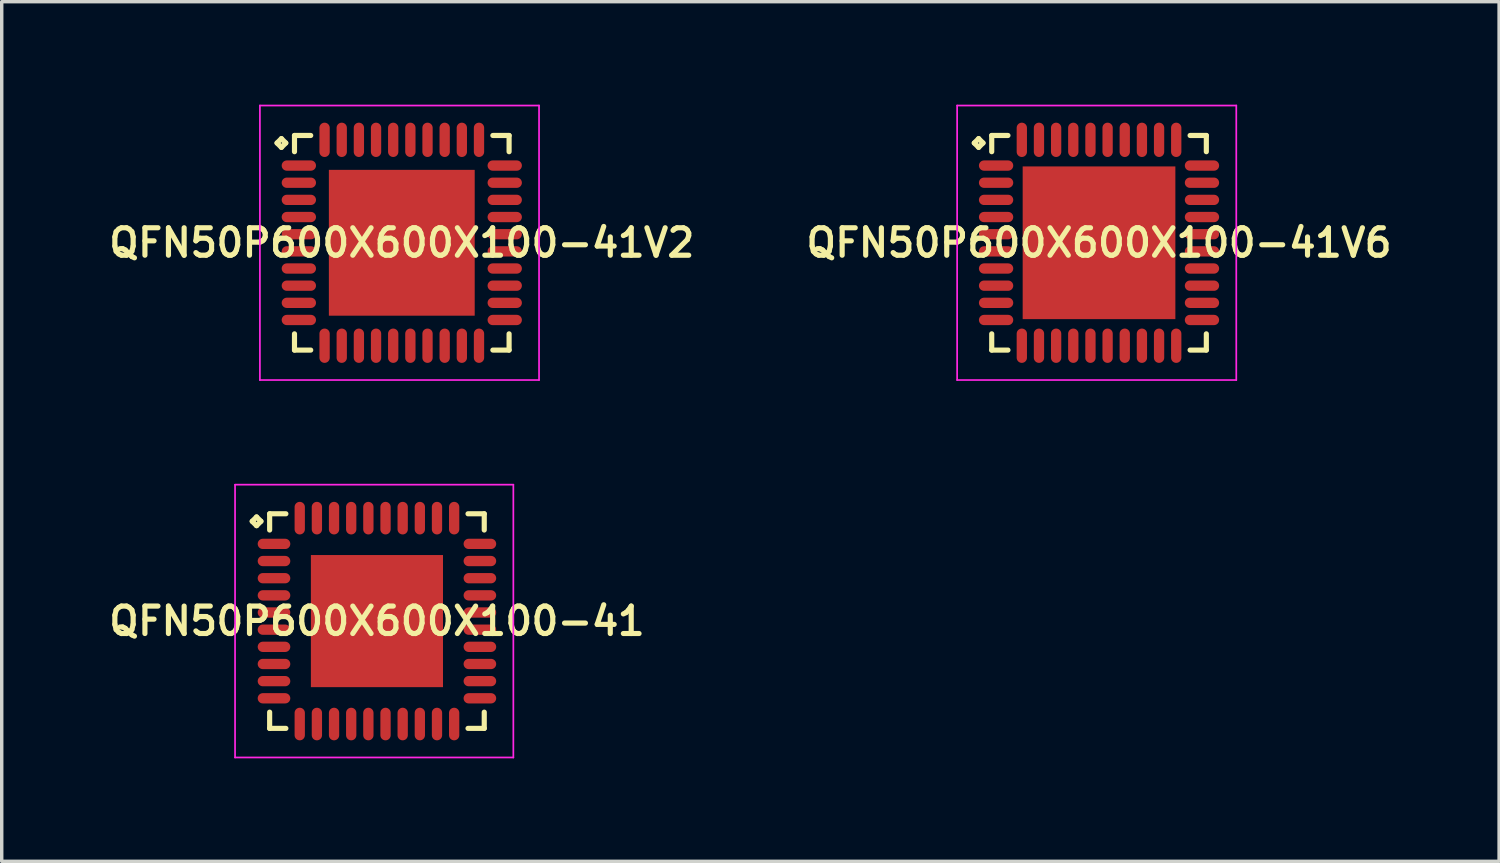
<source format=kicad_pcb>
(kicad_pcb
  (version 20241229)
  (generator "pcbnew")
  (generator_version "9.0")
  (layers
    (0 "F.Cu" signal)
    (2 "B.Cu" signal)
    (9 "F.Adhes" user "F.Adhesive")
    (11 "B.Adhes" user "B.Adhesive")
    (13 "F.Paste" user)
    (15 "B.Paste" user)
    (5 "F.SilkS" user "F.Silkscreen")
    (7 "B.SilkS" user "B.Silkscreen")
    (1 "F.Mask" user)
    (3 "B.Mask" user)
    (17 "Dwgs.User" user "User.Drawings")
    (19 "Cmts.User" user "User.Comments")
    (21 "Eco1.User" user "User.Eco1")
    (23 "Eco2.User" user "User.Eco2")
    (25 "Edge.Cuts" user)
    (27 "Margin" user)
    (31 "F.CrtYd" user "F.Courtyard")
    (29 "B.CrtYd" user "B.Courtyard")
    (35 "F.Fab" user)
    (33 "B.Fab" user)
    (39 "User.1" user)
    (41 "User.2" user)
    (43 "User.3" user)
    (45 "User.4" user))
  (footprint "QFN50P600X600X100-41V2"
    (layer "F.Cu")
    (at 8.659 4.025)
    (property "Reference" "QFN50P600X600X100-41V2" (at 0 0 0) (layer "F.SilkS") (effects (font (size 0.8 0.8) (thickness 0.15))))
    (attr smd)
    (fp_line (start -3.635 -2.908) (end -3.508 -3.035) (stroke (width 0.15) (type solid)) (layer "F.SilkS"))
    (fp_line (start -3.508 -3.035) (end -3.381 -2.908) (stroke (width 0.15) (type solid)) (layer "F.SilkS"))
    (fp_line (start -3.508 -2.781) (end -3.635 -2.908) (stroke (width 0.15) (type solid)) (layer "F.SilkS"))
    (fp_line (start -3.381 -2.908) (end -3.508 -2.781) (stroke (width 0.15) (type solid)) (layer "F.SilkS"))
    (fp_line (start -3.127 -3.127) (end -2.654 -3.127) (stroke (width 0.15) (type solid)) (layer "F.SilkS"))
    (fp_line (start -3.127 -2.654) (end -3.127 -3.127) (stroke (width 0.15) (type solid)) (layer "F.SilkS"))
    (fp_line (start -3.127 2.654) (end -3.127 3.127) (stroke (width 0.15) (type solid)) (layer "F.SilkS"))
    (fp_line (start -3.127 3.127) (end -2.654 3.127) (stroke (width 0.15) (type solid)) (layer "F.SilkS"))
    (fp_line (start 2.654 -3.127) (end 3.127 -3.127) (stroke (width 0.15) (type solid)) (layer "F.SilkS"))
    (fp_line (start 2.654 3.127) (end 3.127 3.127) (stroke (width 0.15) (type solid)) (layer "F.SilkS"))
    (fp_line (start 3.127 -3.127) (end 3.127 -2.654) (stroke (width 0.15) (type solid)) (layer "F.SilkS"))
    (fp_line (start 3.127 3.127) (end 3.127 2.654) (stroke (width 0.15) (type solid)) (layer "F.SilkS"))
    (fp_line (start -4.135 -4) (end 4 -4) (stroke (width 0.05) (type solid)) (layer "F.CrtYd"))
    (fp_line (start -4.135 4) (end -4.135 -4) (stroke (width 0.05) (type solid)) (layer "F.CrtYd"))
    (fp_line (start 4 -4) (end 4 4) (stroke (width 0.05) (type solid)) (layer "F.CrtYd"))
    (fp_line (start 4 4) (end -4.135 4) (stroke (width 0.05) (type solid)) (layer "F.CrtYd"))
    (pad "1" smd oval (at -3 -2.25) (size 1 0.3) (layers "F.Cu" "F.Mask" "F.Paste"))
    (pad "2" smd oval (at -3 -1.75) (size 1 0.3) (layers "F.Cu" "F.Mask" "F.Paste"))
    (pad "3" smd oval (at -3 -1.25) (size 1 0.3) (layers "F.Cu" "F.Mask" "F.Paste"))
    (pad "4" smd oval (at -3 -0.75) (size 1 0.3) (layers "F.Cu" "F.Mask" "F.Paste"))
    (pad "5" smd oval (at -3 -0.25) (size 1 0.3) (layers "F.Cu" "F.Mask" "F.Paste"))
    (pad "6" smd oval (at -3 0.25) (size 1 0.3) (layers "F.Cu" "F.Mask" "F.Paste"))
    (pad "7" smd oval (at -3 0.75) (size 1 0.3) (layers "F.Cu" "F.Mask" "F.Paste"))
    (pad "8" smd oval (at -3 1.25) (size 1 0.3) (layers "F.Cu" "F.Mask" "F.Paste"))
    (pad "9" smd oval (at -3 1.75) (size 1 0.3) (layers "F.Cu" "F.Mask" "F.Paste"))
    (pad "10" smd oval (at -3 2.25) (size 1 0.3) (layers "F.Cu" "F.Mask" "F.Paste"))
    (pad "11" smd oval (at -2.25 3) (size 0.3 1) (layers "F.Cu" "F.Mask" "F.Paste"))
    (pad "12" smd oval (at -1.75 3) (size 0.3 1) (layers "F.Cu" "F.Mask" "F.Paste"))
    (pad "13" smd oval (at -1.25 3) (size 0.3 1) (layers "F.Cu" "F.Mask" "F.Paste"))
    (pad "14" smd oval (at -0.75 3) (size 0.3 1) (layers "F.Cu" "F.Mask" "F.Paste"))
    (pad "15" smd oval (at -0.25 3) (size 0.3 1) (layers "F.Cu" "F.Mask" "F.Paste"))
    (pad "16" smd oval (at 0.25 3) (size 0.3 1) (layers "F.Cu" "F.Mask" "F.Paste"))
    (pad "17" smd oval (at 0.75 3) (size 0.3 1) (layers "F.Cu" "F.Mask" "F.Paste"))
    (pad "18" smd oval (at 1.25 3) (size 0.3 1) (layers "F.Cu" "F.Mask" "F.Paste"))
    (pad "19" smd oval (at 1.75 3) (size 0.3 1) (layers "F.Cu" "F.Mask" "F.Paste"))
    (pad "20" smd oval (at 2.25 3) (size 0.3 1) (layers "F.Cu" "F.Mask" "F.Paste"))
    (pad "21" smd oval (at 3 2.25) (size 1 0.3) (layers "F.Cu" "F.Mask" "F.Paste"))
    (pad "22" smd oval (at 3 1.75) (size 1 0.3) (layers "F.Cu" "F.Mask" "F.Paste"))
    (pad "23" smd oval (at 3 1.25) (size 1 0.3) (layers "F.Cu" "F.Mask" "F.Paste"))
    (pad "24" smd oval (at 3 0.75) (size 1 0.3) (layers "F.Cu" "F.Mask" "F.Paste"))
    (pad "25" smd oval (at 3 0.25) (size 1 0.3) (layers "F.Cu" "F.Mask" "F.Paste"))
    (pad "26" smd oval (at 3 -0.25) (size 1 0.3) (layers "F.Cu" "F.Mask" "F.Paste"))
    (pad "27" smd oval (at 3 -0.75) (size 1 0.3) (layers "F.Cu" "F.Mask" "F.Paste"))
    (pad "28" smd oval (at 3 -1.25) (size 1 0.3) (layers "F.Cu" "F.Mask" "F.Paste"))
    (pad "29" smd oval (at 3 -1.75) (size 1 0.3) (layers "F.Cu" "F.Mask" "F.Paste"))
    (pad "30" smd oval (at 3 -2.25) (size 1 0.3) (layers "F.Cu" "F.Mask" "F.Paste"))
    (pad "31" smd oval (at 2.25 -3) (size 0.3 1) (layers "F.Cu" "F.Mask" "F.Paste"))
    (pad "32" smd oval (at 1.75 -3) (size 0.3 1) (layers "F.Cu" "F.Mask" "F.Paste"))
    (pad "33" smd oval (at 1.25 -3) (size 0.3 1) (layers "F.Cu" "F.Mask" "F.Paste"))
    (pad "34" smd oval (at 0.75 -3) (size 0.3 1) (layers "F.Cu" "F.Mask" "F.Paste"))
    (pad "35" smd oval (at 0.25 -3) (size 0.3 1) (layers "F.Cu" "F.Mask" "F.Paste"))
    (pad "36" smd oval (at -0.25 -3) (size 0.3 1) (layers "F.Cu" "F.Mask" "F.Paste"))
    (pad "37" smd oval (at -0.75 -3) (size 0.3 1) (layers "F.Cu" "F.Mask" "F.Paste"))
    (pad "38" smd oval (at -1.25 -3) (size 0.3 1) (layers "F.Cu" "F.Mask" "F.Paste"))
    (pad "39" smd oval (at -1.75 -3) (size 0.3 1) (layers "F.Cu" "F.Mask" "F.Paste"))
    (pad "40" smd oval (at -2.25 -3) (size 0.3 1) (layers "F.Cu" "F.Mask" "F.Paste"))
    (pad "41" smd rect (at 0 0) (size 4.25 4.25) (layers "F.Cu" "F.Mask" "F.Paste")))
  (footprint "QFN50P600X600X100-41"
    (layer "F.Cu")
    (at 7.935 15.05)
    (property "Reference" "QFN50P600X600X100-41" (at 0 0 0) (layer "F.SilkS") (effects (font (size 0.8 0.8) (thickness 0.15))))
    (attr smd)
    (fp_line (start -3.635 -2.908) (end -3.508 -3.035) (stroke (width 0.15) (type solid)) (layer "F.SilkS"))
    (fp_line (start -3.508 -3.035) (end -3.381 -2.908) (stroke (width 0.15) (type solid)) (layer "F.SilkS"))
    (fp_line (start -3.508 -2.781) (end -3.635 -2.908) (stroke (width 0.15) (type solid)) (layer "F.SilkS"))
    (fp_line (start -3.381 -2.908) (end -3.508 -2.781) (stroke (width 0.15) (type solid)) (layer "F.SilkS"))
    (fp_line (start -3.127 -3.127) (end -2.654 -3.127) (stroke (width 0.15) (type solid)) (layer "F.SilkS"))
    (fp_line (start -3.127 -2.654) (end -3.127 -3.127) (stroke (width 0.15) (type solid)) (layer "F.SilkS"))
    (fp_line (start -3.127 2.654) (end -3.127 3.127) (stroke (width 0.15) (type solid)) (layer "F.SilkS"))
    (fp_line (start -3.127 3.127) (end -2.654 3.127) (stroke (width 0.15) (type solid)) (layer "F.SilkS"))
    (fp_line (start 2.654 -3.127) (end 3.127 -3.127) (stroke (width 0.15) (type solid)) (layer "F.SilkS"))
    (fp_line (start 2.654 3.127) (end 3.127 3.127) (stroke (width 0.15) (type solid)) (layer "F.SilkS"))
    (fp_line (start 3.127 -3.127) (end 3.127 -2.654) (stroke (width 0.15) (type solid)) (layer "F.SilkS"))
    (fp_line (start 3.127 3.127) (end 3.127 2.654) (stroke (width 0.15) (type solid)) (layer "F.SilkS"))
    (fp_line (start -4.135 -3.975) (end 3.975 -3.975) (stroke (width 0.05) (type solid)) (layer "F.CrtYd"))
    (fp_line (start -4.135 3.975) (end -4.135 -3.975) (stroke (width 0.05) (type solid)) (layer "F.CrtYd"))
    (fp_line (start 3.975 -3.975) (end 3.975 3.975) (stroke (width 0.05) (type solid)) (layer "F.CrtYd"))
    (fp_line (start 3.975 3.975) (end -4.135 3.975) (stroke (width 0.05) (type solid)) (layer "F.CrtYd"))
    (pad "1" smd oval (at -3 -2.25) (size 0.95 0.3) (layers "F.Cu" "F.Mask" "F.Paste"))
    (pad "2" smd oval (at -3 -1.75) (size 0.95 0.3) (layers "F.Cu" "F.Mask" "F.Paste"))
    (pad "3" smd oval (at -3 -1.25) (size 0.95 0.3) (layers "F.Cu" "F.Mask" "F.Paste"))
    (pad "4" smd oval (at -3 -0.75) (size 0.95 0.3) (layers "F.Cu" "F.Mask" "F.Paste"))
    (pad "5" smd oval (at -3 -0.25) (size 0.95 0.3) (layers "F.Cu" "F.Mask" "F.Paste"))
    (pad "6" smd oval (at -3 0.25) (size 0.95 0.3) (layers "F.Cu" "F.Mask" "F.Paste"))
    (pad "7" smd oval (at -3 0.75) (size 0.95 0.3) (layers "F.Cu" "F.Mask" "F.Paste"))
    (pad "8" smd oval (at -3 1.25) (size 0.95 0.3) (layers "F.Cu" "F.Mask" "F.Paste"))
    (pad "9" smd oval (at -3 1.75) (size 0.95 0.3) (layers "F.Cu" "F.Mask" "F.Paste"))
    (pad "10" smd oval (at -3 2.25) (size 0.95 0.3) (layers "F.Cu" "F.Mask" "F.Paste"))
    (pad "11" smd oval (at -2.25 3) (size 0.3 0.95) (layers "F.Cu" "F.Mask" "F.Paste"))
    (pad "12" smd oval (at -1.75 3) (size 0.3 0.95) (layers "F.Cu" "F.Mask" "F.Paste"))
    (pad "13" smd oval (at -1.25 3) (size 0.3 0.95) (layers "F.Cu" "F.Mask" "F.Paste"))
    (pad "14" smd oval (at -0.75 3) (size 0.3 0.95) (layers "F.Cu" "F.Mask" "F.Paste"))
    (pad "15" smd oval (at -0.25 3) (size 0.3 0.95) (layers "F.Cu" "F.Mask" "F.Paste"))
    (pad "16" smd oval (at 0.25 3) (size 0.3 0.95) (layers "F.Cu" "F.Mask" "F.Paste"))
    (pad "17" smd oval (at 0.75 3) (size 0.3 0.95) (layers "F.Cu" "F.Mask" "F.Paste"))
    (pad "18" smd oval (at 1.25 3) (size 0.3 0.95) (layers "F.Cu" "F.Mask" "F.Paste"))
    (pad "19" smd oval (at 1.75 3) (size 0.3 0.95) (layers "F.Cu" "F.Mask" "F.Paste"))
    (pad "20" smd oval (at 2.25 3) (size 0.3 0.95) (layers "F.Cu" "F.Mask" "F.Paste"))
    (pad "21" smd oval (at 3 2.25) (size 0.95 0.3) (layers "F.Cu" "F.Mask" "F.Paste"))
    (pad "22" smd oval (at 3 1.75) (size 0.95 0.3) (layers "F.Cu" "F.Mask" "F.Paste"))
    (pad "23" smd oval (at 3 1.25) (size 0.95 0.3) (layers "F.Cu" "F.Mask" "F.Paste"))
    (pad "24" smd oval (at 3 0.75) (size 0.95 0.3) (layers "F.Cu" "F.Mask" "F.Paste"))
    (pad "25" smd oval (at 3 0.25) (size 0.95 0.3) (layers "F.Cu" "F.Mask" "F.Paste"))
    (pad "26" smd oval (at 3 -0.25) (size 0.95 0.3) (layers "F.Cu" "F.Mask" "F.Paste"))
    (pad "27" smd oval (at 3 -0.75) (size 0.95 0.3) (layers "F.Cu" "F.Mask" "F.Paste"))
    (pad "28" smd oval (at 3 -1.25) (size 0.95 0.3) (layers "F.Cu" "F.Mask" "F.Paste"))
    (pad "29" smd oval (at 3 -1.75) (size 0.95 0.3) (layers "F.Cu" "F.Mask" "F.Paste"))
    (pad "30" smd oval (at 3 -2.25) (size 0.95 0.3) (layers "F.Cu" "F.Mask" "F.Paste"))
    (pad "31" smd oval (at 2.25 -3) (size 0.3 0.95) (layers "F.Cu" "F.Mask" "F.Paste"))
    (pad "32" smd oval (at 1.75 -3) (size 0.3 0.95) (layers "F.Cu" "F.Mask" "F.Paste"))
    (pad "33" smd oval (at 1.25 -3) (size 0.3 0.95) (layers "F.Cu" "F.Mask" "F.Paste"))
    (pad "34" smd oval (at 0.75 -3) (size 0.3 0.95) (layers "F.Cu" "F.Mask" "F.Paste"))
    (pad "35" smd oval (at 0.25 -3) (size 0.3 0.95) (layers "F.Cu" "F.Mask" "F.Paste"))
    (pad "36" smd oval (at -0.25 -3) (size 0.3 0.95) (layers "F.Cu" "F.Mask" "F.Paste"))
    (pad "37" smd oval (at -0.75 -3) (size 0.3 0.95) (layers "F.Cu" "F.Mask" "F.Paste"))
    (pad "38" smd oval (at -1.25 -3) (size 0.3 0.95) (layers "F.Cu" "F.Mask" "F.Paste"))
    (pad "39" smd oval (at -1.75 -3) (size 0.3 0.95) (layers "F.Cu" "F.Mask" "F.Paste"))
    (pad "40" smd oval (at -2.25 -3) (size 0.3 0.95) (layers "F.Cu" "F.Mask" "F.Paste"))
    (pad "41" smd rect (at 0 0) (size 3.85 3.85) (layers "F.Cu" "F.Mask" "F.Paste")))
  (footprint "QFN50P600X600X100-41V6"
    (layer "F.Cu")
    (at 28.978 4.025)
    (property "Reference" "QFN50P600X600X100-41V6" (at 0 0 0) (layer "F.SilkS") (effects (font (size 0.8 0.8) (thickness 0.15))))
    (attr smd)
    (fp_line (start -3.635 -2.908) (end -3.508 -3.035) (stroke (width 0.15) (type solid)) (layer "F.SilkS"))
    (fp_line (start -3.508 -3.035) (end -3.381 -2.908) (stroke (width 0.15) (type solid)) (layer "F.SilkS"))
    (fp_line (start -3.508 -2.781) (end -3.635 -2.908) (stroke (width 0.15) (type solid)) (layer "F.SilkS"))
    (fp_line (start -3.381 -2.908) (end -3.508 -2.781) (stroke (width 0.15) (type solid)) (layer "F.SilkS"))
    (fp_line (start -3.127 -3.127) (end -2.654 -3.127) (stroke (width 0.15) (type solid)) (layer "F.SilkS"))
    (fp_line (start -3.127 -2.654) (end -3.127 -3.127) (stroke (width 0.15) (type solid)) (layer "F.SilkS"))
    (fp_line (start -3.127 2.654) (end -3.127 3.127) (stroke (width 0.15) (type solid)) (layer "F.SilkS"))
    (fp_line (start -3.127 3.127) (end -2.654 3.127) (stroke (width 0.15) (type solid)) (layer "F.SilkS"))
    (fp_line (start 2.654 -3.127) (end 3.127 -3.127) (stroke (width 0.15) (type solid)) (layer "F.SilkS"))
    (fp_line (start 2.654 3.127) (end 3.127 3.127) (stroke (width 0.15) (type solid)) (layer "F.SilkS"))
    (fp_line (start 3.127 -3.127) (end 3.127 -2.654) (stroke (width 0.15) (type solid)) (layer "F.SilkS"))
    (fp_line (start 3.127 3.127) (end 3.127 2.654) (stroke (width 0.15) (type solid)) (layer "F.SilkS"))
    (fp_line (start -4.135 -4) (end 4 -4) (stroke (width 0.05) (type solid)) (layer "F.CrtYd"))
    (fp_line (start -4.135 4) (end -4.135 -4) (stroke (width 0.05) (type solid)) (layer "F.CrtYd"))
    (fp_line (start 4 -4) (end 4 4) (stroke (width 0.05) (type solid)) (layer "F.CrtYd"))
    (fp_line (start 4 4) (end -4.135 4) (stroke (width 0.05) (type solid)) (layer "F.CrtYd"))
    (pad "1" smd oval (at -3 -2.25) (size 1 0.3) (layers "F.Cu" "F.Mask" "F.Paste"))
    (pad "2" smd oval (at -3 -1.75) (size 1 0.3) (layers "F.Cu" "F.Mask" "F.Paste"))
    (pad "3" smd oval (at -3 -1.25) (size 1 0.3) (layers "F.Cu" "F.Mask" "F.Paste"))
    (pad "4" smd oval (at -3 -0.75) (size 1 0.3) (layers "F.Cu" "F.Mask" "F.Paste"))
    (pad "5" smd oval (at -3 -0.25) (size 1 0.3) (layers "F.Cu" "F.Mask" "F.Paste"))
    (pad "6" smd oval (at -3 0.25) (size 1 0.3) (layers "F.Cu" "F.Mask" "F.Paste"))
    (pad "7" smd oval (at -3 0.75) (size 1 0.3) (layers "F.Cu" "F.Mask" "F.Paste"))
    (pad "8" smd oval (at -3 1.25) (size 1 0.3) (layers "F.Cu" "F.Mask" "F.Paste"))
    (pad "9" smd oval (at -3 1.75) (size 1 0.3) (layers "F.Cu" "F.Mask" "F.Paste"))
    (pad "10" smd oval (at -3 2.25) (size 1 0.3) (layers "F.Cu" "F.Mask" "F.Paste"))
    (pad "11" smd oval (at -2.25 3) (size 0.3 1) (layers "F.Cu" "F.Mask" "F.Paste"))
    (pad "12" smd oval (at -1.75 3) (size 0.3 1) (layers "F.Cu" "F.Mask" "F.Paste"))
    (pad "13" smd oval (at -1.25 3) (size 0.3 1) (layers "F.Cu" "F.Mask" "F.Paste"))
    (pad "14" smd oval (at -0.75 3) (size 0.3 1) (layers "F.Cu" "F.Mask" "F.Paste"))
    (pad "15" smd oval (at -0.25 3) (size 0.3 1) (layers "F.Cu" "F.Mask" "F.Paste"))
    (pad "16" smd oval (at 0.25 3) (size 0.3 1) (layers "F.Cu" "F.Mask" "F.Paste"))
    (pad "17" smd oval (at 0.75 3) (size 0.3 1) (layers "F.Cu" "F.Mask" "F.Paste"))
    (pad "18" smd oval (at 1.25 3) (size 0.3 1) (layers "F.Cu" "F.Mask" "F.Paste"))
    (pad "19" smd oval (at 1.75 3) (size 0.3 1) (layers "F.Cu" "F.Mask" "F.Paste"))
    (pad "20" smd oval (at 2.25 3) (size 0.3 1) (layers "F.Cu" "F.Mask" "F.Paste"))
    (pad "21" smd oval (at 3 2.25) (size 1 0.3) (layers "F.Cu" "F.Mask" "F.Paste"))
    (pad "22" smd oval (at 3 1.75) (size 1 0.3) (layers "F.Cu" "F.Mask" "F.Paste"))
    (pad "23" smd oval (at 3 1.25) (size 1 0.3) (layers "F.Cu" "F.Mask" "F.Paste"))
    (pad "24" smd oval (at 3 0.75) (size 1 0.3) (layers "F.Cu" "F.Mask" "F.Paste"))
    (pad "25" smd oval (at 3 0.25) (size 1 0.3) (layers "F.Cu" "F.Mask" "F.Paste"))
    (pad "26" smd oval (at 3 -0.25) (size 1 0.3) (layers "F.Cu" "F.Mask" "F.Paste"))
    (pad "27" smd oval (at 3 -0.75) (size 1 0.3) (layers "F.Cu" "F.Mask" "F.Paste"))
    (pad "28" smd oval (at 3 -1.25) (size 1 0.3) (layers "F.Cu" "F.Mask" "F.Paste"))
    (pad "29" smd oval (at 3 -1.75) (size 1 0.3) (layers "F.Cu" "F.Mask" "F.Paste"))
    (pad "30" smd oval (at 3 -2.25) (size 1 0.3) (layers "F.Cu" "F.Mask" "F.Paste"))
    (pad "31" smd oval (at 2.25 -3) (size 0.3 1) (layers "F.Cu" "F.Mask" "F.Paste"))
    (pad "32" smd oval (at 1.75 -3) (size 0.3 1) (layers "F.Cu" "F.Mask" "F.Paste"))
    (pad "33" smd oval (at 1.25 -3) (size 0.3 1) (layers "F.Cu" "F.Mask" "F.Paste"))
    (pad "34" smd oval (at 0.75 -3) (size 0.3 1) (layers "F.Cu" "F.Mask" "F.Paste"))
    (pad "35" smd oval (at 0.25 -3) (size 0.3 1) (layers "F.Cu" "F.Mask" "F.Paste"))
    (pad "36" smd oval (at -0.25 -3) (size 0.3 1) (layers "F.Cu" "F.Mask" "F.Paste"))
    (pad "37" smd oval (at -0.75 -3) (size 0.3 1) (layers "F.Cu" "F.Mask" "F.Paste"))
    (pad "38" smd oval (at -1.25 -3) (size 0.3 1) (layers "F.Cu" "F.Mask" "F.Paste"))
    (pad "39" smd oval (at -1.75 -3) (size 0.3 1) (layers "F.Cu" "F.Mask" "F.Paste"))
    (pad "40" smd oval (at -2.25 -3) (size 0.3 1) (layers "F.Cu" "F.Mask" "F.Paste"))
    (pad "41" smd rect (at 0 0) (size 4.45 4.45) (layers "F.Cu" "F.Mask" "F.Paste")))
  (gr_rect
    (start -3 -3)
    (end 40.637 22.05)
    (stroke (width 0.1) (type default))
    (fill no)
    (layer "Edge.Cuts")))
</source>
